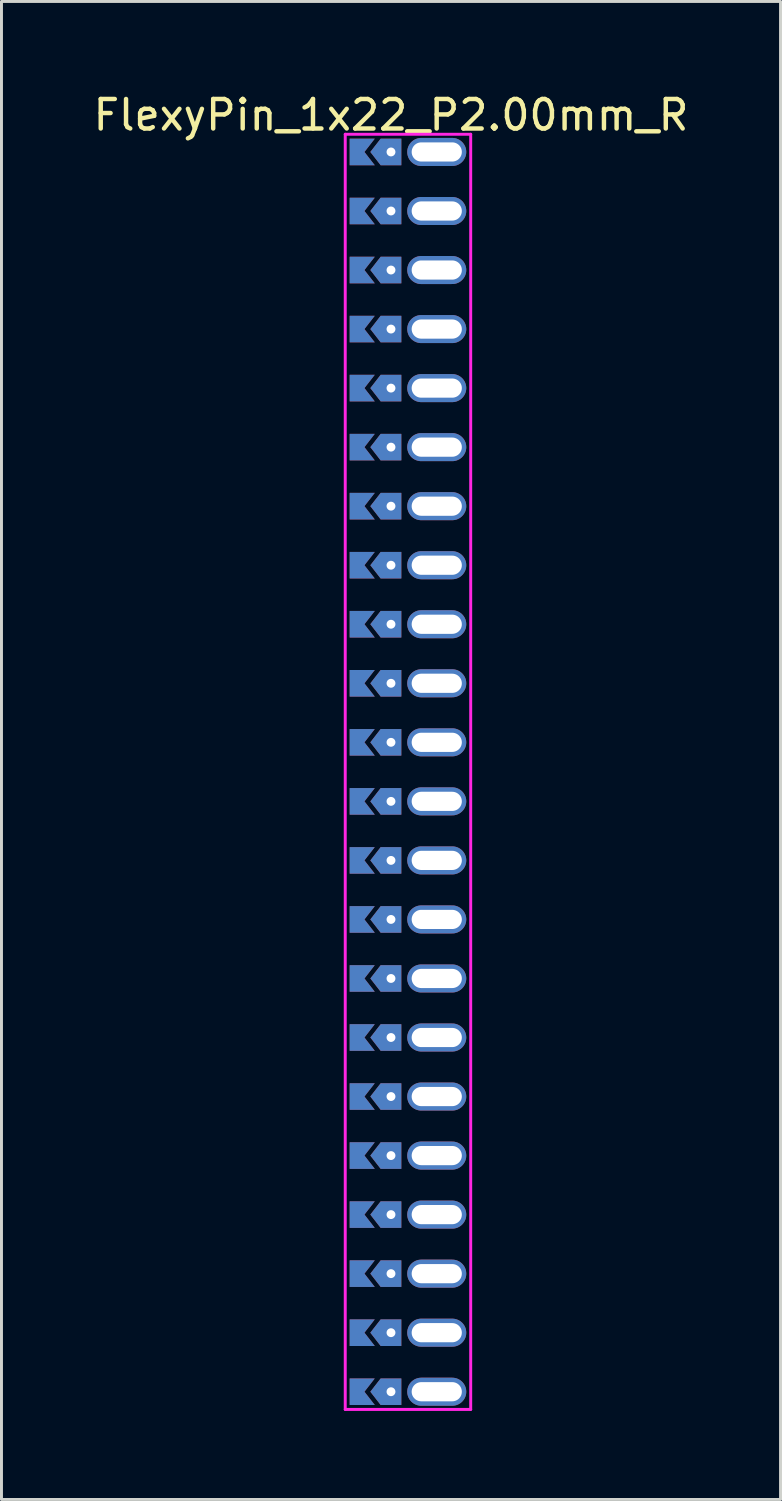
<source format=kicad_pcb>
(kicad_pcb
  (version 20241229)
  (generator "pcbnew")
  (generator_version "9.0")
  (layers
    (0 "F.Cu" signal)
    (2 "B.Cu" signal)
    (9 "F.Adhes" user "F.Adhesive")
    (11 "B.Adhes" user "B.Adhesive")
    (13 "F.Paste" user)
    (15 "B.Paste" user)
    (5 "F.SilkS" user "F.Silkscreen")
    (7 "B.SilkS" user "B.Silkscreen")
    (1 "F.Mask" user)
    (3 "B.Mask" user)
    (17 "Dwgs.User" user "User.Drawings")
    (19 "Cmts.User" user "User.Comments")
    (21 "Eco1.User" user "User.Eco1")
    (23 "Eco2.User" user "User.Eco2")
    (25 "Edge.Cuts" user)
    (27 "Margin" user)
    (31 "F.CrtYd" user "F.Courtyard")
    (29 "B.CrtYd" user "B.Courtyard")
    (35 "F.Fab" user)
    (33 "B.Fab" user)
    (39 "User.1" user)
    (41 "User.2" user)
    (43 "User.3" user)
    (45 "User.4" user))
  (footprint "FlexyPin_1x22_P2.00mm_R"
    (layer "F.Cu")
    (at 10.196 2.098)
    (property "Reference" "FlexyPin_1x22_P2.00mm_R" (at 0 -1.25 0) (layer "F.SilkS") (effects (font (size 1 1) (thickness 0.15))))
    (attr through_hole)
    (fp_line (start -1.55 -0.6) (end 2.7 -0.6) (stroke (width 0.1) (type solid)) (layer "F.CrtYd"))
    (fp_line (start -1.55 42.6) (end -1.55 -0.6) (stroke (width 0.1) (type solid)) (layer "F.CrtYd"))
    (fp_line (start 2.7 -0.6) (end 2.7 42.6) (stroke (width 0.1) (type solid)) (layer "F.CrtYd"))
    (fp_line (start 2.7 42.6) (end -1.55 42.6) (stroke (width 0.1) (type solid)) (layer "F.CrtYd"))
    (pad "" thru_hole custom (at 0 0) (size 0.3 0.3) (drill 0.6) (layers "*.Cu" "*.Mask") (options (anchor rect)) (primitives (gr_poly (pts (xy 0.35 0.45) (xy 0.35 -0.45) (xy -0.35 -0.45) (xy -0.7 0) (xy -0.35 0.45)) (width 0) (fill yes))))
    (pad "" thru_hole custom (at 0 2) (size 0.3 0.3) (drill 0.6) (layers "*.Cu" "*.Mask") (options (anchor rect)) (primitives (gr_poly (pts (xy 0.35 0.45) (xy 0.35 -0.45) (xy -0.35 -0.45) (xy -0.7 0) (xy -0.35 0.45)) (width 0) (fill yes))))
    (pad "" thru_hole custom (at 0 4) (size 0.3 0.3) (drill 0.6) (layers "*.Cu" "*.Mask") (options (anchor rect)) (primitives (gr_poly (pts (xy 0.35 0.45) (xy 0.35 -0.45) (xy -0.35 -0.45) (xy -0.7 0) (xy -0.35 0.45)) (width 0) (fill yes))))
    (pad "" thru_hole custom (at 0 6) (size 0.3 0.3) (drill 0.6) (layers "*.Cu" "*.Mask") (options (anchor rect)) (primitives (gr_poly (pts (xy 0.35 0.45) (xy 0.35 -0.45) (xy -0.35 -0.45) (xy -0.7 0) (xy -0.35 0.45)) (width 0) (fill yes))))
    (pad "" thru_hole custom (at 0 8) (size 0.3 0.3) (drill 0.6) (layers "*.Cu" "*.Mask") (options (anchor rect)) (primitives (gr_poly (pts (xy 0.35 0.45) (xy 0.35 -0.45) (xy -0.35 -0.45) (xy -0.7 0) (xy -0.35 0.45)) (width 0) (fill yes))))
    (pad "" thru_hole custom (at 0 10) (size 0.3 0.3) (drill 0.6) (layers "*.Cu" "*.Mask") (options (anchor rect)) (primitives (gr_poly (pts (xy 0.35 0.45) (xy 0.35 -0.45) (xy -0.35 -0.45) (xy -0.7 0) (xy -0.35 0.45)) (width 0) (fill yes))))
    (pad "" thru_hole custom (at 0 12) (size 0.3 0.3) (drill 0.6) (layers "*.Cu" "*.Mask") (options (anchor rect)) (primitives (gr_poly (pts (xy 0.35 0.45) (xy 0.35 -0.45) (xy -0.35 -0.45) (xy -0.7 0) (xy -0.35 0.45)) (width 0) (fill yes))))
    (pad "" thru_hole custom (at 0 14) (size 0.3 0.3) (drill 0.6) (layers "*.Cu" "*.Mask") (options (anchor rect)) (primitives (gr_poly (pts (xy 0.35 0.45) (xy 0.35 -0.45) (xy -0.35 -0.45) (xy -0.7 0) (xy -0.35 0.45)) (width 0) (fill yes))))
    (pad "" thru_hole custom (at 0 16) (size 0.3 0.3) (drill 0.6) (layers "*.Cu" "*.Mask") (options (anchor rect)) (primitives (gr_poly (pts (xy 0.35 0.45) (xy 0.35 -0.45) (xy -0.35 -0.45) (xy -0.7 0) (xy -0.35 0.45)) (width 0) (fill yes))))
    (pad "" thru_hole custom (at 0 18) (size 0.3 0.3) (drill 0.6) (layers "*.Cu" "*.Mask") (options (anchor rect)) (primitives (gr_poly (pts (xy 0.35 0.45) (xy 0.35 -0.45) (xy -0.35 -0.45) (xy -0.7 0) (xy -0.35 0.45)) (width 0) (fill yes))))
    (pad "" thru_hole custom (at 0 20) (size 0.3 0.3) (drill 0.6) (layers "*.Cu" "*.Mask") (options (anchor rect)) (primitives (gr_poly (pts (xy 0.35 0.45) (xy 0.35 -0.45) (xy -0.35 -0.45) (xy -0.7 0) (xy -0.35 0.45)) (width 0) (fill yes))))
    (pad "" thru_hole custom (at 0 22) (size 0.3 0.3) (drill 0.6) (layers "*.Cu" "*.Mask") (options (anchor rect)) (primitives (gr_poly (pts (xy 0.35 0.45) (xy 0.35 -0.45) (xy -0.35 -0.45) (xy -0.7 0) (xy -0.35 0.45)) (width 0) (fill yes))))
    (pad "" thru_hole custom (at 0 24) (size 0.3 0.3) (drill 0.6) (layers "*.Cu" "*.Mask") (options (anchor rect)) (primitives (gr_poly (pts (xy 0.35 0.45) (xy 0.35 -0.45) (xy -0.35 -0.45) (xy -0.7 0) (xy -0.35 0.45)) (width 0) (fill yes))))
    (pad "" thru_hole custom (at 0 26) (size 0.3 0.3) (drill 0.6) (layers "*.Cu" "*.Mask") (options (anchor rect)) (primitives (gr_poly (pts (xy 0.35 0.45) (xy 0.35 -0.45) (xy -0.35 -0.45) (xy -0.7 0) (xy -0.35 0.45)) (width 0) (fill yes))))
    (pad "" thru_hole custom (at 0 28) (size 0.3 0.3) (drill 0.6) (layers "*.Cu" "*.Mask") (options (anchor rect)) (primitives (gr_poly (pts (xy 0.35 0.45) (xy 0.35 -0.45) (xy -0.35 -0.45) (xy -0.7 0) (xy -0.35 0.45)) (width 0) (fill yes))))
    (pad "" thru_hole custom (at 0 30) (size 0.3 0.3) (drill 0.6) (layers "*.Cu" "*.Mask") (options (anchor rect)) (primitives (gr_poly (pts (xy 0.35 0.45) (xy 0.35 -0.45) (xy -0.35 -0.45) (xy -0.7 0) (xy -0.35 0.45)) (width 0) (fill yes))))
    (pad "" thru_hole custom (at 0 32) (size 0.3 0.3) (drill 0.6) (layers "*.Cu" "*.Mask") (options (anchor rect)) (primitives (gr_poly (pts (xy 0.35 0.45) (xy 0.35 -0.45) (xy -0.35 -0.45) (xy -0.7 0) (xy -0.35 0.45)) (width 0) (fill yes))))
    (pad "" thru_hole custom (at 0 34) (size 0.3 0.3) (drill 0.6) (layers "*.Cu" "*.Mask") (options (anchor rect)) (primitives (gr_poly (pts (xy 0.35 0.45) (xy 0.35 -0.45) (xy -0.35 -0.45) (xy -0.7 0) (xy -0.35 0.45)) (width 0) (fill yes))))
    (pad "" thru_hole custom (at 0 36) (size 0.3 0.3) (drill 0.6) (layers "*.Cu" "*.Mask") (options (anchor rect)) (primitives (gr_poly (pts (xy 0.35 0.45) (xy 0.35 -0.45) (xy -0.35 -0.45) (xy -0.7 0) (xy -0.35 0.45)) (width 0) (fill yes))))
    (pad "" thru_hole custom (at 0 38) (size 0.3 0.3) (drill 0.6) (layers "*.Cu" "*.Mask") (options (anchor rect)) (primitives (gr_poly (pts (xy 0.35 0.45) (xy 0.35 -0.45) (xy -0.35 -0.45) (xy -0.7 0) (xy -0.35 0.45)) (width 0) (fill yes))))
    (pad "" thru_hole custom (at 0 40) (size 0.3 0.3) (drill 0.6) (layers "*.Cu" "*.Mask") (options (anchor rect)) (primitives (gr_poly (pts (xy 0.35 0.45) (xy 0.35 -0.45) (xy -0.35 -0.45) (xy -0.7 0) (xy -0.35 0.45)) (width 0) (fill yes))))
    (pad "" thru_hole custom (at 0 42) (size 0.3 0.3) (drill 0.6) (layers "*.Cu" "*.Mask") (options (anchor rect)) (primitives (gr_poly (pts (xy 0.35 0.45) (xy 0.35 -0.45) (xy -0.35 -0.45) (xy -0.7 0) (xy -0.35 0.45)) (width 0) (fill yes))))
    (pad "" thru_hole oval (at 1.55 0) (size 2 0.95) (drill oval 1.7 0.65) (layers "*.Cu" "*.Mask"))
    (pad "" thru_hole oval (at 1.55 2) (size 2 0.95) (drill oval 1.7 0.65) (layers "*.Cu" "*.Mask"))
    (pad "" thru_hole oval (at 1.55 4) (size 2 0.95) (drill oval 1.7 0.65) (layers "*.Cu" "*.Mask"))
    (pad "" thru_hole oval (at 1.55 6) (size 2 0.95) (drill oval 1.7 0.65) (layers "*.Cu" "*.Mask"))
    (pad "" thru_hole oval (at 1.55 8) (size 2 0.95) (drill oval 1.7 0.65) (layers "*.Cu" "*.Mask"))
    (pad "" thru_hole oval (at 1.55 10) (size 2 0.95) (drill oval 1.7 0.65) (layers "*.Cu" "*.Mask"))
    (pad "" thru_hole oval (at 1.55 12) (size 2 0.95) (drill oval 1.7 0.65) (layers "*.Cu" "*.Mask"))
    (pad "" thru_hole oval (at 1.55 14) (size 2 0.95) (drill oval 1.7 0.65) (layers "*.Cu" "*.Mask"))
    (pad "" thru_hole oval (at 1.55 16) (size 2 0.95) (drill oval 1.7 0.65) (layers "*.Cu" "*.Mask"))
    (pad "" thru_hole oval (at 1.55 18) (size 2 0.95) (drill oval 1.7 0.65) (layers "*.Cu" "*.Mask"))
    (pad "" thru_hole oval (at 1.55 20) (size 2 0.95) (drill oval 1.7 0.65) (layers "*.Cu" "*.Mask"))
    (pad "" thru_hole oval (at 1.55 22) (size 2 0.95) (drill oval 1.7 0.65) (layers "*.Cu" "*.Mask"))
    (pad "" thru_hole oval (at 1.55 24) (size 2 0.95) (drill oval 1.7 0.65) (layers "*.Cu" "*.Mask"))
    (pad "" thru_hole oval (at 1.55 26) (size 2 0.95) (drill oval 1.7 0.65) (layers "*.Cu" "*.Mask"))
    (pad "" thru_hole oval (at 1.55 28) (size 2 0.95) (drill oval 1.7 0.65) (layers "*.Cu" "*.Mask"))
    (pad "" thru_hole oval (at 1.55 30) (size 2 0.95) (drill oval 1.7 0.65) (layers "*.Cu" "*.Mask"))
    (pad "" thru_hole oval (at 1.55 32) (size 2 0.95) (drill oval 1.7 0.65) (layers "*.Cu" "*.Mask"))
    (pad "" thru_hole oval (at 1.55 34) (size 2 0.95) (drill oval 1.7 0.65) (layers "*.Cu" "*.Mask"))
    (pad "" thru_hole oval (at 1.55 36) (size 2 0.95) (drill oval 1.7 0.65) (layers "*.Cu" "*.Mask"))
    (pad "" thru_hole oval (at 1.55 38) (size 2 0.95) (drill oval 1.7 0.65) (layers "*.Cu" "*.Mask"))
    (pad "" thru_hole oval (at 1.55 40) (size 2 0.95) (drill oval 1.7 0.65) (layers "*.Cu" "*.Mask"))
    (pad "" thru_hole oval (at 1.55 42) (size 2 0.95) (drill oval 1.7 0.65) (layers "*.Cu" "*.Mask"))
    (pad "1" smd custom (at -0.9 0) (size 0.01 0.01) (layers "F.Cu" "F.Mask") (options (anchor rect)) (primitives (gr_poly (pts (xy 0 0) (xy 0.35 0.45) (xy -0.5 0.45) (xy -0.5 -0.45) (xy 0.35 -0.45)) (width 0) (fill yes))))
    (pad "1" smd custom (at -0.9 2) (size 0.01 0.01) (layers "F.Cu" "F.Mask") (options (anchor rect)) (primitives (gr_poly (pts (xy 0 0) (xy 0.35 0.45) (xy -0.5 0.45) (xy -0.5 -0.45) (xy 0.35 -0.45)) (width 0) (fill yes))))
    (pad "1" smd custom (at -0.9 4) (size 0.01 0.01) (layers "F.Cu" "F.Mask") (options (anchor rect)) (primitives (gr_poly (pts (xy 0 0) (xy 0.35 0.45) (xy -0.5 0.45) (xy -0.5 -0.45) (xy 0.35 -0.45)) (width 0) (fill yes))))
    (pad "1" smd custom (at -0.9 6) (size 0.01 0.01) (layers "F.Cu" "F.Mask") (options (anchor rect)) (primitives (gr_poly (pts (xy 0 0) (xy 0.35 0.45) (xy -0.5 0.45) (xy -0.5 -0.45) (xy 0.35 -0.45)) (width 0) (fill yes))))
    (pad "1" smd custom (at -0.9 8) (size 0.01 0.01) (layers "F.Cu" "F.Mask") (options (anchor rect)) (primitives (gr_poly (pts (xy 0 0) (xy 0.35 0.45) (xy -0.5 0.45) (xy -0.5 -0.45) (xy 0.35 -0.45)) (width 0) (fill yes))))
    (pad "1" smd custom (at -0.9 10) (size 0.01 0.01) (layers "F.Cu" "F.Mask") (options (anchor rect)) (primitives (gr_poly (pts (xy 0 0) (xy 0.35 0.45) (xy -0.5 0.45) (xy -0.5 -0.45) (xy 0.35 -0.45)) (width 0) (fill yes))))
    (pad "1" smd custom (at -0.9 12) (size 0.01 0.01) (layers "F.Cu" "F.Mask") (options (anchor rect)) (primitives (gr_poly (pts (xy 0 0) (xy 0.35 0.45) (xy -0.5 0.45) (xy -0.5 -0.45) (xy 0.35 -0.45)) (width 0) (fill yes))))
    (pad "1" smd custom (at -0.9 14) (size 0.01 0.01) (layers "F.Cu" "F.Mask") (options (anchor rect)) (primitives (gr_poly (pts (xy 0 0) (xy 0.35 0.45) (xy -0.5 0.45) (xy -0.5 -0.45) (xy 0.35 -0.45)) (width 0) (fill yes))))
    (pad "1" smd custom (at -0.9 16) (size 0.01 0.01) (layers "F.Cu" "F.Mask") (options (anchor rect)) (primitives (gr_poly (pts (xy 0 0) (xy 0.35 0.45) (xy -0.5 0.45) (xy -0.5 -0.45) (xy 0.35 -0.45)) (width 0) (fill yes))))
    (pad "1" smd custom (at -0.9 18) (size 0.01 0.01) (layers "F.Cu" "F.Mask") (options (anchor rect)) (primitives (gr_poly (pts (xy 0 0) (xy 0.35 0.45) (xy -0.5 0.45) (xy -0.5 -0.45) (xy 0.35 -0.45)) (width 0) (fill yes))))
    (pad "1" smd custom (at -0.9 20) (size 0.01 0.01) (layers "F.Cu" "F.Mask") (options (anchor rect)) (primitives (gr_poly (pts (xy 0 0) (xy 0.35 0.45) (xy -0.5 0.45) (xy -0.5 -0.45) (xy 0.35 -0.45)) (width 0) (fill yes))))
    (pad "1" smd custom (at -0.9 22) (size 0.01 0.01) (layers "F.Cu" "F.Mask") (options (anchor rect)) (primitives (gr_poly (pts (xy 0 0) (xy 0.35 0.45) (xy -0.5 0.45) (xy -0.5 -0.45) (xy 0.35 -0.45)) (width 0) (fill yes))))
    (pad "1" smd custom (at -0.9 24) (size 0.01 0.01) (layers "F.Cu" "F.Mask") (options (anchor rect)) (primitives (gr_poly (pts (xy 0 0) (xy 0.35 0.45) (xy -0.5 0.45) (xy -0.5 -0.45) (xy 0.35 -0.45)) (width 0) (fill yes))))
    (pad "1" smd custom (at -0.9 26) (size 0.01 0.01) (layers "F.Cu" "F.Mask") (options (anchor rect)) (primitives (gr_poly (pts (xy 0 0) (xy 0.35 0.45) (xy -0.5 0.45) (xy -0.5 -0.45) (xy 0.35 -0.45)) (width 0) (fill yes))))
    (pad "1" smd custom (at -0.9 28) (size 0.01 0.01) (layers "F.Cu" "F.Mask") (options (anchor rect)) (primitives (gr_poly (pts (xy 0 0) (xy 0.35 0.45) (xy -0.5 0.45) (xy -0.5 -0.45) (xy 0.35 -0.45)) (width 0) (fill yes))))
    (pad "1" smd custom (at -0.9 30) (size 0.01 0.01) (layers "F.Cu" "F.Mask") (options (anchor rect)) (primitives (gr_poly (pts (xy 0 0) (xy 0.35 0.45) (xy -0.5 0.45) (xy -0.5 -0.45) (xy 0.35 -0.45)) (width 0) (fill yes))))
    (pad "1" smd custom (at -0.9 32) (size 0.01 0.01) (layers "F.Cu" "F.Mask") (options (anchor rect)) (primitives (gr_poly (pts (xy 0 0) (xy 0.35 0.45) (xy -0.5 0.45) (xy -0.5 -0.45) (xy 0.35 -0.45)) (width 0) (fill yes))))
    (pad "1" smd custom (at -0.9 34) (size 0.01 0.01) (layers "F.Cu" "F.Mask") (options (anchor rect)) (primitives (gr_poly (pts (xy 0 0) (xy 0.35 0.45) (xy -0.5 0.45) (xy -0.5 -0.45) (xy 0.35 -0.45)) (width 0) (fill yes))))
    (pad "1" smd custom (at -0.9 36) (size 0.01 0.01) (layers "F.Cu" "F.Mask") (options (anchor rect)) (primitives (gr_poly (pts (xy 0 0) (xy 0.35 0.45) (xy -0.5 0.45) (xy -0.5 -0.45) (xy 0.35 -0.45)) (width 0) (fill yes))))
    (pad "1" smd custom (at -0.9 38) (size 0.01 0.01) (layers "F.Cu" "F.Mask") (options (anchor rect)) (primitives (gr_poly (pts (xy 0 0) (xy 0.35 0.45) (xy -0.5 0.45) (xy -0.5 -0.45) (xy 0.35 -0.45)) (width 0) (fill yes))))
    (pad "1" smd custom (at -0.9 40) (size 0.01 0.01) (layers "F.Cu" "F.Mask") (options (anchor rect)) (primitives (gr_poly (pts (xy 0 0) (xy 0.35 0.45) (xy -0.5 0.45) (xy -0.5 -0.45) (xy 0.35 -0.45)) (width 0) (fill yes))))
    (pad "1" smd custom (at -0.9 42) (size 0.01 0.01) (layers "F.Cu" "F.Mask") (options (anchor rect)) (primitives (gr_poly (pts (xy 0 0) (xy 0.35 0.45) (xy -0.5 0.45) (xy -0.5 -0.45) (xy 0.35 -0.45)) (width 0) (fill yes))))
    (pad "2" smd custom (at -0.9 0) (size 0.01 0.01) (layers "B.Cu" "B.Mask") (options (anchor rect)) (primitives (gr_poly (pts (xy 0 0) (xy 0.35 0.45) (xy -0.5 0.45) (xy -0.5 -0.45) (xy 0.35 -0.45)) (width 0) (fill yes))))
    (pad "2" smd custom (at -0.9 2) (size 0.01 0.01) (layers "B.Cu" "B.Mask") (options (anchor rect)) (primitives (gr_poly (pts (xy 0 0) (xy 0.35 0.45) (xy -0.5 0.45) (xy -0.5 -0.45) (xy 0.35 -0.45)) (width 0) (fill yes))))
    (pad "2" smd custom (at -0.9 4) (size 0.01 0.01) (layers "B.Cu" "B.Mask") (options (anchor rect)) (primitives (gr_poly (pts (xy 0 0) (xy 0.35 0.45) (xy -0.5 0.45) (xy -0.5 -0.45) (xy 0.35 -0.45)) (width 0) (fill yes))))
    (pad "2" smd custom (at -0.9 6) (size 0.01 0.01) (layers "B.Cu" "B.Mask") (options (anchor rect)) (primitives (gr_poly (pts (xy 0 0) (xy 0.35 0.45) (xy -0.5 0.45) (xy -0.5 -0.45) (xy 0.35 -0.45)) (width 0) (fill yes))))
    (pad "2" smd custom (at -0.9 8) (size 0.01 0.01) (layers "B.Cu" "B.Mask") (options (anchor rect)) (primitives (gr_poly (pts (xy 0 0) (xy 0.35 0.45) (xy -0.5 0.45) (xy -0.5 -0.45) (xy 0.35 -0.45)) (width 0) (fill yes))))
    (pad "2" smd custom (at -0.9 10) (size 0.01 0.01) (layers "B.Cu" "B.Mask") (options (anchor rect)) (primitives (gr_poly (pts (xy 0 0) (xy 0.35 0.45) (xy -0.5 0.45) (xy -0.5 -0.45) (xy 0.35 -0.45)) (width 0) (fill yes))))
    (pad "2" smd custom (at -0.9 12) (size 0.01 0.01) (layers "B.Cu" "B.Mask") (options (anchor rect)) (primitives (gr_poly (pts (xy 0 0) (xy 0.35 0.45) (xy -0.5 0.45) (xy -0.5 -0.45) (xy 0.35 -0.45)) (width 0) (fill yes))))
    (pad "2" smd custom (at -0.9 14) (size 0.01 0.01) (layers "B.Cu" "B.Mask") (options (anchor rect)) (primitives (gr_poly (pts (xy 0 0) (xy 0.35 0.45) (xy -0.5 0.45) (xy -0.5 -0.45) (xy 0.35 -0.45)) (width 0) (fill yes))))
    (pad "2" smd custom (at -0.9 16) (size 0.01 0.01) (layers "B.Cu" "B.Mask") (options (anchor rect)) (primitives (gr_poly (pts (xy 0 0) (xy 0.35 0.45) (xy -0.5 0.45) (xy -0.5 -0.45) (xy 0.35 -0.45)) (width 0) (fill yes))))
    (pad "2" smd custom (at -0.9 18) (size 0.01 0.01) (layers "B.Cu" "B.Mask") (options (anchor rect)) (primitives (gr_poly (pts (xy 0 0) (xy 0.35 0.45) (xy -0.5 0.45) (xy -0.5 -0.45) (xy 0.35 -0.45)) (width 0) (fill yes))))
    (pad "2" smd custom (at -0.9 20) (size 0.01 0.01) (layers "B.Cu" "B.Mask") (options (anchor rect)) (primitives (gr_poly (pts (xy 0 0) (xy 0.35 0.45) (xy -0.5 0.45) (xy -0.5 -0.45) (xy 0.35 -0.45)) (width 0) (fill yes))))
    (pad "2" smd custom (at -0.9 22) (size 0.01 0.01) (layers "B.Cu" "B.Mask") (options (anchor rect)) (primitives (gr_poly (pts (xy 0 0) (xy 0.35 0.45) (xy -0.5 0.45) (xy -0.5 -0.45) (xy 0.35 -0.45)) (width 0) (fill yes))))
    (pad "2" smd custom (at -0.9 24) (size 0.01 0.01) (layers "B.Cu" "B.Mask") (options (anchor rect)) (primitives (gr_poly (pts (xy 0 0) (xy 0.35 0.45) (xy -0.5 0.45) (xy -0.5 -0.45) (xy 0.35 -0.45)) (width 0) (fill yes))))
    (pad "2" smd custom (at -0.9 26) (size 0.01 0.01) (layers "B.Cu" "B.Mask") (options (anchor rect)) (primitives (gr_poly (pts (xy 0 0) (xy 0.35 0.45) (xy -0.5 0.45) (xy -0.5 -0.45) (xy 0.35 -0.45)) (width 0) (fill yes))))
    (pad "2" smd custom (at -0.9 28) (size 0.01 0.01) (layers "B.Cu" "B.Mask") (options (anchor rect)) (primitives (gr_poly (pts (xy 0 0) (xy 0.35 0.45) (xy -0.5 0.45) (xy -0.5 -0.45) (xy 0.35 -0.45)) (width 0) (fill yes))))
    (pad "2" smd custom (at -0.9 30) (size 0.01 0.01) (layers "B.Cu" "B.Mask") (options (anchor rect)) (primitives (gr_poly (pts (xy 0 0) (xy 0.35 0.45) (xy -0.5 0.45) (xy -0.5 -0.45) (xy 0.35 -0.45)) (width 0) (fill yes))))
    (pad "2" smd custom (at -0.9 32) (size 0.01 0.01) (layers "B.Cu" "B.Mask") (options (anchor rect)) (primitives (gr_poly (pts (xy 0 0) (xy 0.35 0.45) (xy -0.5 0.45) (xy -0.5 -0.45) (xy 0.35 -0.45)) (width 0) (fill yes))))
    (pad "2" smd custom (at -0.9 34) (size 0.01 0.01) (layers "B.Cu" "B.Mask") (options (anchor rect)) (primitives (gr_poly (pts (xy 0 0) (xy 0.35 0.45) (xy -0.5 0.45) (xy -0.5 -0.45) (xy 0.35 -0.45)) (width 0) (fill yes))))
    (pad "2" smd custom (at -0.9 36) (size 0.01 0.01) (layers "B.Cu" "B.Mask") (options (anchor rect)) (primitives (gr_poly (pts (xy 0 0) (xy 0.35 0.45) (xy -0.5 0.45) (xy -0.5 -0.45) (xy 0.35 -0.45)) (width 0) (fill yes))))
    (pad "2" smd custom (at -0.9 38) (size 0.01 0.01) (layers "B.Cu" "B.Mask") (options (anchor rect)) (primitives (gr_poly (pts (xy 0 0) (xy 0.35 0.45) (xy -0.5 0.45) (xy -0.5 -0.45) (xy 0.35 -0.45)) (width 0) (fill yes))))
    (pad "2" smd custom (at -0.9 40) (size 0.01 0.01) (layers "B.Cu" "B.Mask") (options (anchor rect)) (primitives (gr_poly (pts (xy 0 0) (xy 0.35 0.45) (xy -0.5 0.45) (xy -0.5 -0.45) (xy 0.35 -0.45)) (width 0) (fill yes))))
    (pad "2" smd custom (at -0.9 42) (size 0.01 0.01) (layers "B.Cu" "B.Mask") (options (anchor rect)) (primitives (gr_poly (pts (xy 0 0) (xy 0.35 0.45) (xy -0.5 0.45) (xy -0.5 -0.45) (xy 0.35 -0.45)) (width 0) (fill yes)))))
  (gr_rect
    (start -3 -3)
    (end 23.393 47.748)
    (stroke (width 0.1) (type default))
    (fill no)
    (layer "Edge.Cuts")))
</source>
